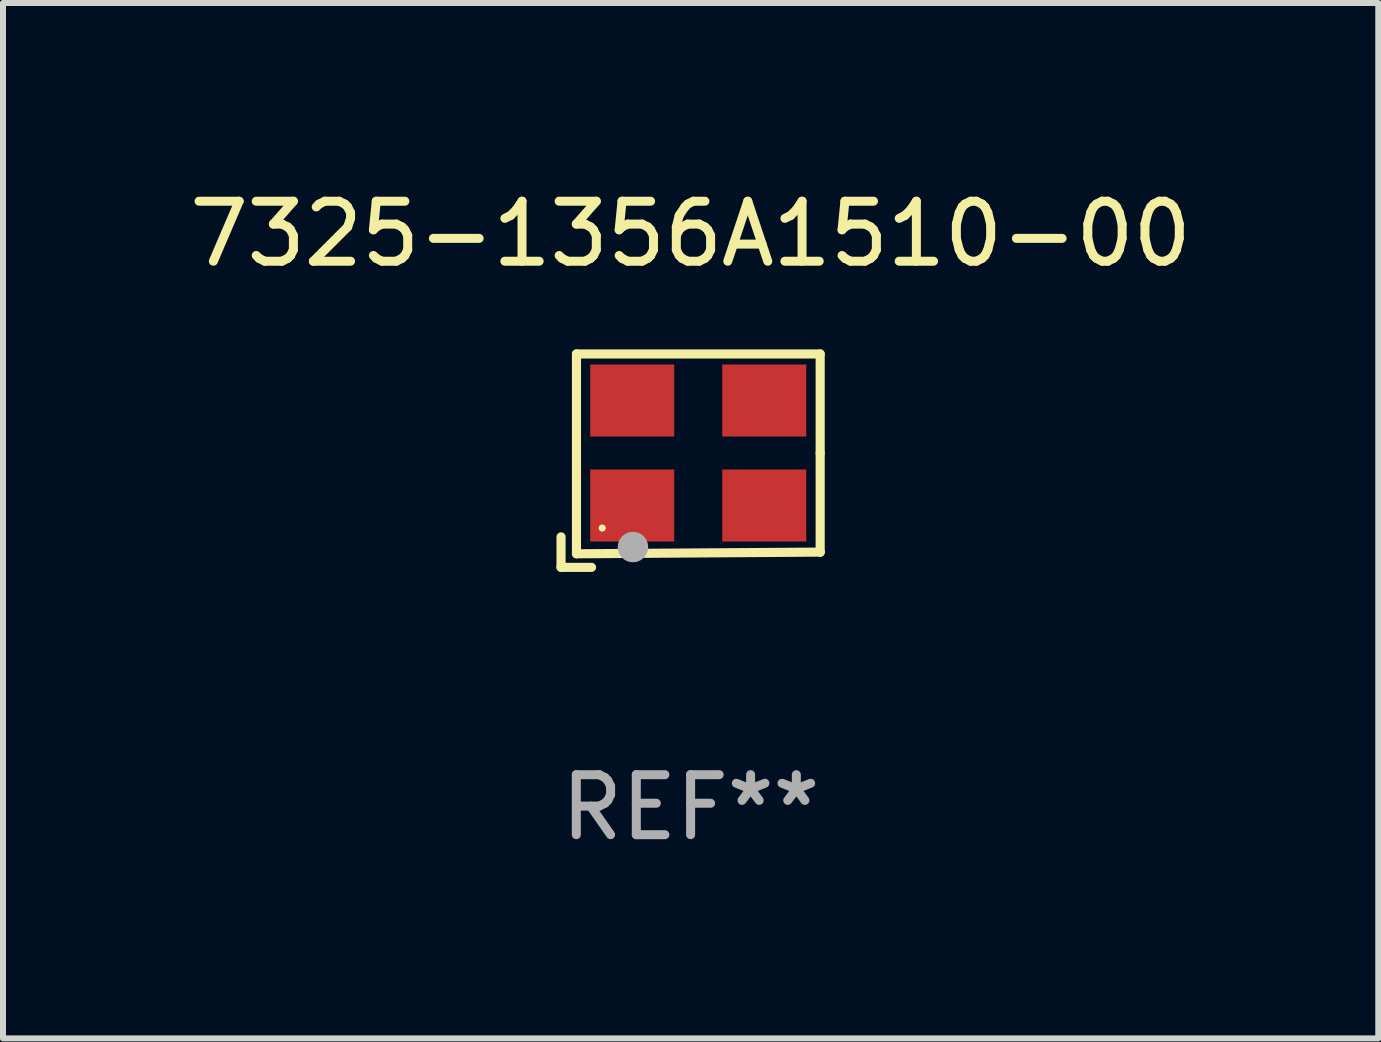
<source format=kicad_pcb>
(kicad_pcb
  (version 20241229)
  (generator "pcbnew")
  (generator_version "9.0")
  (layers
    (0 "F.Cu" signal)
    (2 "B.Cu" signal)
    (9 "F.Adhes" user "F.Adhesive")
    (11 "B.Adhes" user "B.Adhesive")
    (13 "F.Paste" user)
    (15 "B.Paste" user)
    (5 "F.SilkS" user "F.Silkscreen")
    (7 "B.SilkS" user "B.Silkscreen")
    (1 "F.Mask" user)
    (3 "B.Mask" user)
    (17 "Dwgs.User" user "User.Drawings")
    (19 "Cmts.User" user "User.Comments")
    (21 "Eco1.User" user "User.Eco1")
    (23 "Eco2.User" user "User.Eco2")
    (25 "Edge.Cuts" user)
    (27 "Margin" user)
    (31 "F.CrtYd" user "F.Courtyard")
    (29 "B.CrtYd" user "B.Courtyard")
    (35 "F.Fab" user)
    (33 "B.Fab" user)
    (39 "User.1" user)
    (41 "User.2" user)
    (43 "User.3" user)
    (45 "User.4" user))
  (footprint "7325-1356A1510-00"
    (layer "F.Cu")
    (at 8.458 4.626)
    (property "Reference" "7325-1356A1510-00" (at 0 -3.778 0) (layer "F.SilkS") (effects (font (size 1 1) (thickness 0.15))))
    (attr through_hole)
    (fp_line (start -2.159 1.27) (end -2.159 1.778) (stroke (width 0.152) (type solid)) (layer "F.SilkS"))
    (fp_line (start -2.159 1.778) (end -1.651 1.778) (stroke (width 0.152) (type solid)) (layer "F.SilkS"))
    (fp_line (start -1.902 -1.778) (end 2.159 -1.778) (stroke (width 0.152) (type solid)) (layer "F.SilkS"))
    (fp_line (start -1.902 1.552) (end -1.902 -1.778) (stroke (width 0.152) (type solid)) (layer "F.SilkS"))
    (fp_line (start 2.159 -1.778) (end 2.159 -0.127) (stroke (width 0.152) (type solid)) (layer "F.SilkS"))
    (fp_line (start 2.159 -0.127) (end 2.159 1.524) (stroke (width 0.152) (type solid)) (layer "F.SilkS"))
    (fp_line (start 2.159 1.524) (end -1.902 1.552) (stroke (width 0.152) (type solid)) (layer "F.SilkS"))
    (fp_line (start 2.159 1.524) (end 2.159 1.524) (stroke (width 0.152) (type solid)) (layer "F.SilkS"))
    (fp_circle (center -1.473 1.123) (end -1.443 1.123) (stroke (width 0.06) (type solid)) (fill no) (layer "F.SilkS"))
    (fp_circle (center -0.961 1.44) (end -0.834 1.44) (stroke (width 0.254) (type solid)) (fill no) (layer "F.Fab"))
    (fp_text user "REF**" (at 0 5.778 0) (layer "F.Fab") (effects (font (size 1 1) (thickness 0.15))))
    (pad "1" smd rect (at -0.973 0.748) (size 1.4 1.2) (layers "F.Cu" "F.Mask" "F.Paste"))
    (pad "2" smd rect (at 1.227 0.748) (size 1.4 1.2) (layers "F.Cu" "F.Mask" "F.Paste"))
    (pad "3" smd rect (at 1.227 -1.002) (size 1.4 1.2) (layers "F.Cu" "F.Mask" "F.Paste"))
    (pad "4" smd rect (at -0.973 -1.002) (size 1.4 1.2) (layers "F.Cu" "F.Mask" "F.Paste")))
  (gr_rect
    (start -3 -3)
    (end 19.917 14.253)
    (stroke (width 0.1) (type default))
    (fill no)
    (layer "Edge.Cuts")))
</source>
